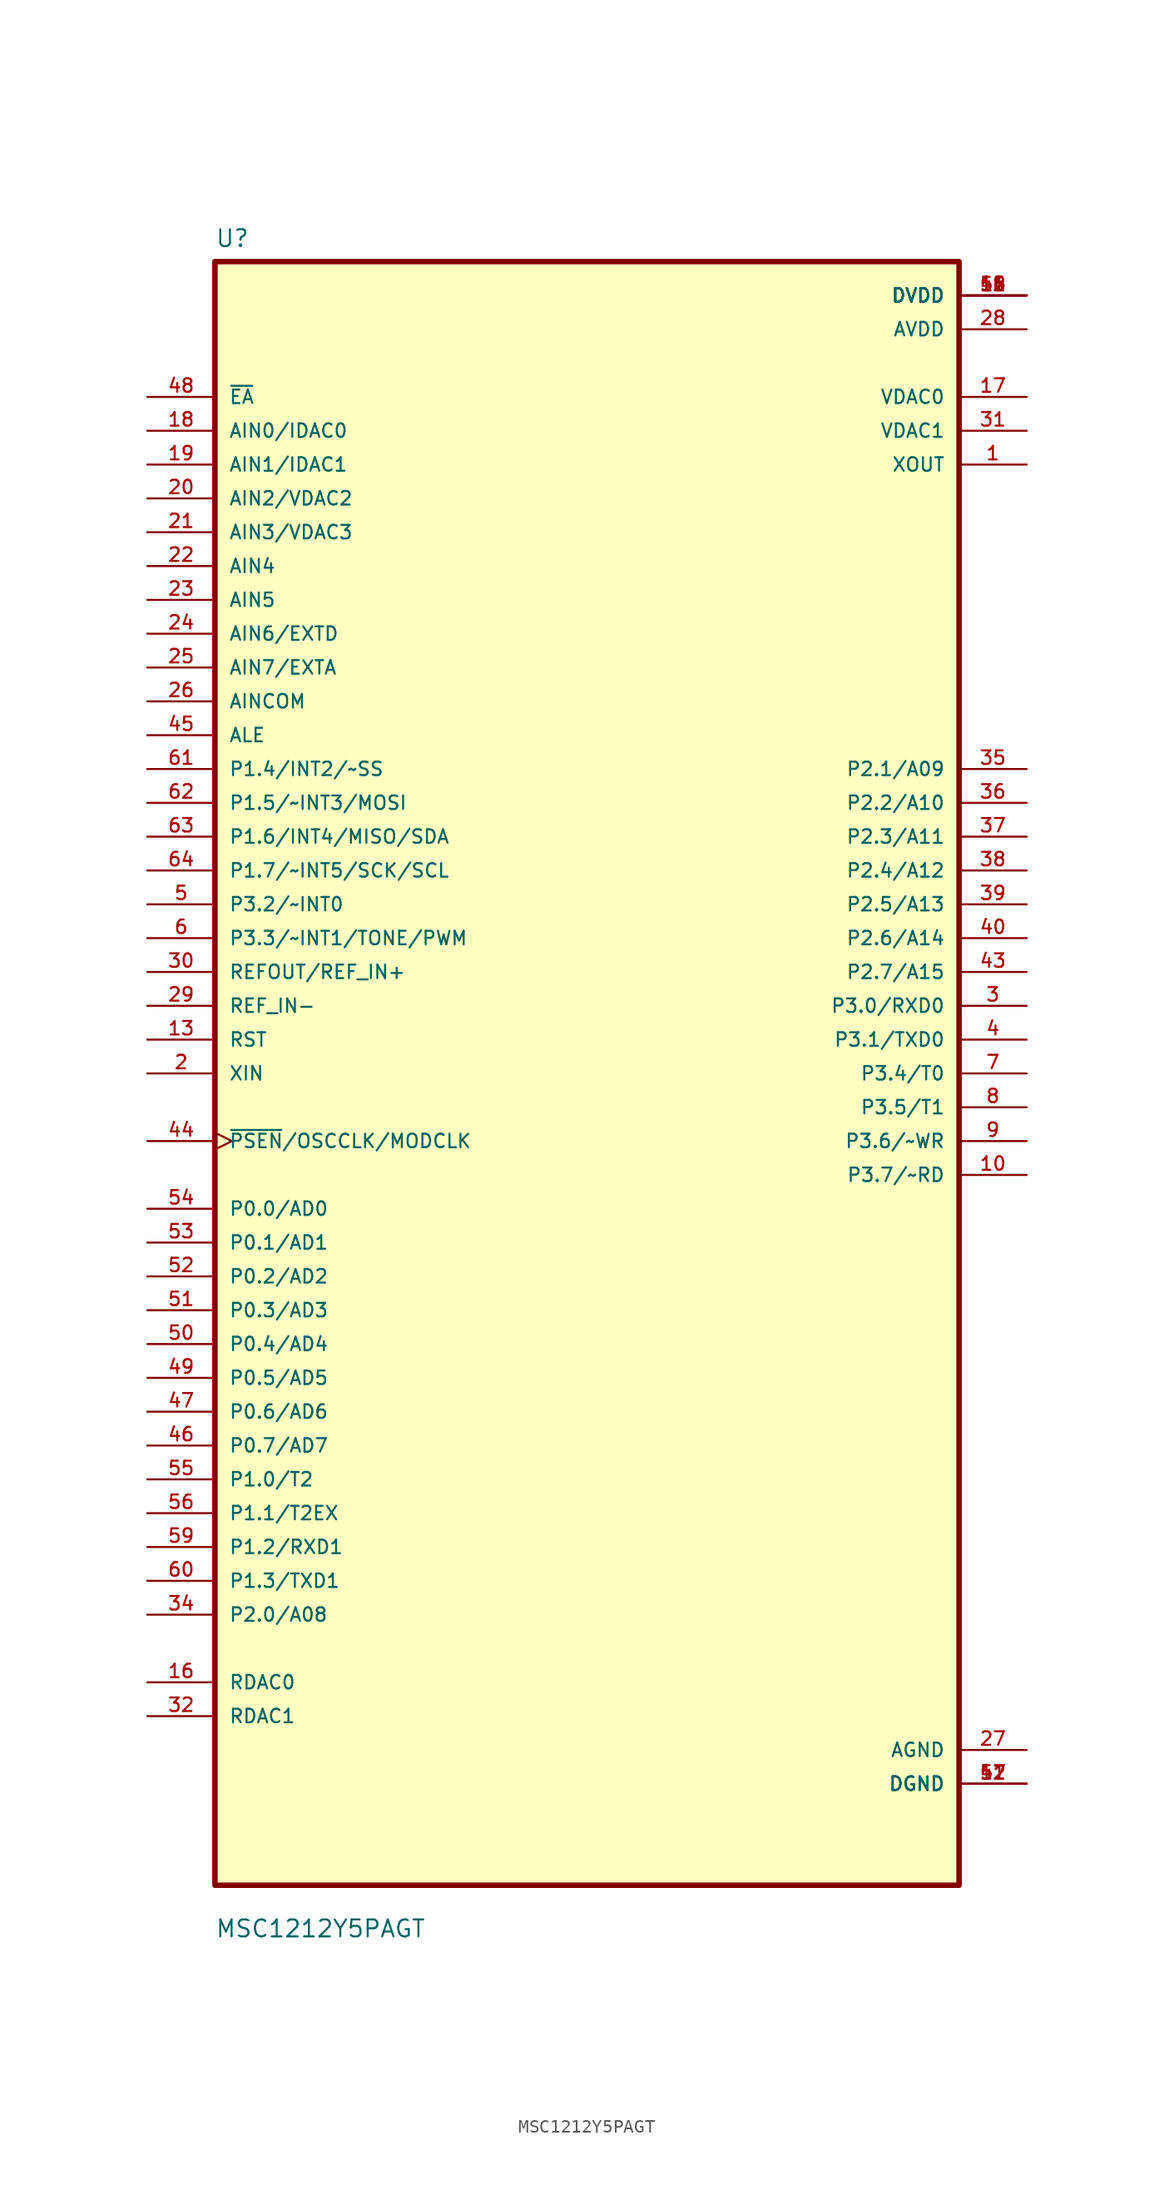
<source format=kicad_sym>
(kicad_symbol_lib
  (version 20211014)
  (generator kicad_symbol_editor)
  (symbol "MSC1212Y5PAGT"
    (pin_names
      (offset 1.016))
    (property "Reference" "U"
      (at -27.94 61.96 0.0)
      (effects (font (size 1.27 1.27)) (justify bottom left)))
    (property "Value" "MSC1212Y5PAGT"
      (at -27.94 -64.96 0.0)
      (effects (font (size 1.27 1.27)) (justify bottom left)))
    (symbol "MSC1212Y5PAGT_0_0"
      (rectangle (start -27.94 -60.96) (end 27.94 60.96) (stroke (width 0.41)) (fill (type background)))
      (pin input line (at -33.02 50.8 0) (length 5.08) (name "~{EA}" (effects (font (size 1.016 1.016)))) (number "48" (effects (font (size 1.016 1.016)))))
      (pin input line (at -33.02 48.26 0) (length 5.08) (name "AIN0/IDAC0" (effects (font (size 1.016 1.016)))) (number "18" (effects (font (size 1.016 1.016)))))
      (pin input line (at -33.02 45.72 0) (length 5.08) (name "AIN1/IDAC1" (effects (font (size 1.016 1.016)))) (number "19" (effects (font (size 1.016 1.016)))))
      (pin input line (at -33.02 43.18 0) (length 5.08) (name "AIN2/VDAC2" (effects (font (size 1.016 1.016)))) (number "20" (effects (font (size 1.016 1.016)))))
      (pin input line (at -33.02 40.64 0) (length 5.08) (name "AIN3/VDAC3" (effects (font (size 1.016 1.016)))) (number "21" (effects (font (size 1.016 1.016)))))
      (pin input line (at -33.02 38.1 0) (length 5.08) (name "AIN4" (effects (font (size 1.016 1.016)))) (number "22" (effects (font (size 1.016 1.016)))))
      (pin input line (at -33.02 35.56 0) (length 5.08) (name "AIN5" (effects (font (size 1.016 1.016)))) (number "23" (effects (font (size 1.016 1.016)))))
      (pin input line (at -33.02 33.02 0) (length 5.08) (name "AIN6/EXTD" (effects (font (size 1.016 1.016)))) (number "24" (effects (font (size 1.016 1.016)))))
      (pin input line (at -33.02 30.48 0) (length 5.08) (name "AIN7/EXTA" (effects (font (size 1.016 1.016)))) (number "25" (effects (font (size 1.016 1.016)))))
      (pin input line (at -33.02 27.94 0) (length 5.08) (name "AINCOM" (effects (font (size 1.016 1.016)))) (number "26" (effects (font (size 1.016 1.016)))))
      (pin input line (at -33.02 25.4 0) (length 5.08) (name "ALE" (effects (font (size 1.016 1.016)))) (number "45" (effects (font (size 1.016 1.016)))))
      (pin input line (at -33.02 22.86 0) (length 5.08) (name "P1.4/INT2/~SS" (effects (font (size 1.016 1.016)))) (number "61" (effects (font (size 1.016 1.016)))))
      (pin input line (at -33.02 20.32 0) (length 5.08) (name "P1.5/~INT3/MOSI" (effects (font (size 1.016 1.016)))) (number "62" (effects (font (size 1.016 1.016)))))
      (pin input line (at -33.02 17.78 0) (length 5.08) (name "P1.6/INT4/MISO/SDA" (effects (font (size 1.016 1.016)))) (number "63" (effects (font (size 1.016 1.016)))))
      (pin input line (at -33.02 15.24 0) (length 5.08) (name "P1.7/~INT5/SCK/SCL" (effects (font (size 1.016 1.016)))) (number "64" (effects (font (size 1.016 1.016)))))
      (pin input line (at -33.02 12.7 0) (length 5.08) (name "P3.2/~INT0" (effects (font (size 1.016 1.016)))) (number "5" (effects (font (size 1.016 1.016)))))
      (pin input line (at -33.02 10.16 0) (length 5.08) (name "P3.3/~INT1/TONE/PWM" (effects (font (size 1.016 1.016)))) (number "6" (effects (font (size 1.016 1.016)))))
      (pin input line (at -33.02 7.62 0) (length 5.08) (name "REFOUT/REF_IN+" (effects (font (size 1.016 1.016)))) (number "30" (effects (font (size 1.016 1.016)))))
      (pin input line (at -33.02 5.08 0) (length 5.08) (name "REF_IN-" (effects (font (size 1.016 1.016)))) (number "29" (effects (font (size 1.016 1.016)))))
      (pin input line (at -33.02 2.54 0) (length 5.08) (name "RST" (effects (font (size 1.016 1.016)))) (number "13" (effects (font (size 1.016 1.016)))))
      (pin input line (at -33.02 1.77636e-14 0) (length 5.08) (name "XIN" (effects (font (size 1.016 1.016)))) (number "2" (effects (font (size 1.016 1.016)))))
      (pin bidirectional clock (at -33.02 -5.08 0) (length 5.08) (name "~{PSEN}/OSCCLK/MODCLK" (effects (font (size 1.016 1.016)))) (number "44" (effects (font (size 1.016 1.016)))))
      (pin bidirectional line (at -33.02 -10.16 0) (length 5.08) (name "P0.0/AD0" (effects (font (size 1.016 1.016)))) (number "54" (effects (font (size 1.016 1.016)))))
      (pin bidirectional line (at -33.02 -12.7 0) (length 5.08) (name "P0.1/AD1" (effects (font (size 1.016 1.016)))) (number "53" (effects (font (size 1.016 1.016)))))
      (pin bidirectional line (at -33.02 -15.24 0) (length 5.08) (name "P0.2/AD2" (effects (font (size 1.016 1.016)))) (number "52" (effects (font (size 1.016 1.016)))))
      (pin bidirectional line (at -33.02 -17.78 0) (length 5.08) (name "P0.3/AD3" (effects (font (size 1.016 1.016)))) (number "51" (effects (font (size 1.016 1.016)))))
      (pin bidirectional line (at -33.02 -20.32 0) (length 5.08) (name "P0.4/AD4" (effects (font (size 1.016 1.016)))) (number "50" (effects (font (size 1.016 1.016)))))
      (pin bidirectional line (at -33.02 -22.86 0) (length 5.08) (name "P0.5/AD5" (effects (font (size 1.016 1.016)))) (number "49" (effects (font (size 1.016 1.016)))))
      (pin bidirectional line (at -33.02 -25.4 0) (length 5.08) (name "P0.6/AD6" (effects (font (size 1.016 1.016)))) (number "47" (effects (font (size 1.016 1.016)))))
      (pin bidirectional line (at -33.02 -27.94 0) (length 5.08) (name "P0.7/AD7" (effects (font (size 1.016 1.016)))) (number "46" (effects (font (size 1.016 1.016)))))
      (pin bidirectional line (at -33.02 -30.48 0) (length 5.08) (name "P1.0/T2" (effects (font (size 1.016 1.016)))) (number "55" (effects (font (size 1.016 1.016)))))
      (pin bidirectional line (at -33.02 -33.02 0) (length 5.08) (name "P1.1/T2EX" (effects (font (size 1.016 1.016)))) (number "56" (effects (font (size 1.016 1.016)))))
      (pin bidirectional line (at -33.02 -35.56 0) (length 5.08) (name "P1.2/RXD1" (effects (font (size 1.016 1.016)))) (number "59" (effects (font (size 1.016 1.016)))))
      (pin bidirectional line (at -33.02 -38.1 0) (length 5.08) (name "P1.3/TXD1" (effects (font (size 1.016 1.016)))) (number "60" (effects (font (size 1.016 1.016)))))
      (pin bidirectional line (at -33.02 -40.64 0) (length 5.08) (name "P2.0/A08" (effects (font (size 1.016 1.016)))) (number "34" (effects (font (size 1.016 1.016)))))
      (pin bidirectional line (at -33.02 -45.72 0) (length 5.08) (name "RDAC0" (effects (font (size 1.016 1.016)))) (number "16" (effects (font (size 1.016 1.016)))))
      (pin bidirectional line (at -33.02 -48.26 0) (length 5.08) (name "RDAC1" (effects (font (size 1.016 1.016)))) (number "32" (effects (font (size 1.016 1.016)))))
      (pin power_in line (at 33.02 58.42 180.0) (length 5.08) (name "DVDD" (effects (font (size 1.016 1.016)))) (number "11" (effects (font (size 1.016 1.016)))))
      (pin power_in line (at 33.02 58.42 180.0) (length 5.08) (name "DVDD" (effects (font (size 1.016 1.016)))) (number "14" (effects (font (size 1.016 1.016)))))
      (pin power_in line (at 33.02 58.42 180.0) (length 5.08) (name "DVDD" (effects (font (size 1.016 1.016)))) (number "15" (effects (font (size 1.016 1.016)))))
      (pin power_in line (at 33.02 58.42 180.0) (length 5.08) (name "DVDD" (effects (font (size 1.016 1.016)))) (number "42" (effects (font (size 1.016 1.016)))))
      (pin power_in line (at 33.02 58.42 180.0) (length 5.08) (name "DVDD" (effects (font (size 1.016 1.016)))) (number "58" (effects (font (size 1.016 1.016)))))
      (pin power_in line (at 33.02 55.88 180.0) (length 5.08) (name "AVDD" (effects (font (size 1.016 1.016)))) (number "28" (effects (font (size 1.016 1.016)))))
      (pin output line (at 33.02 50.8 180.0) (length 5.08) (name "VDAC0" (effects (font (size 1.016 1.016)))) (number "17" (effects (font (size 1.016 1.016)))))
      (pin output line (at 33.02 48.26 180.0) (length 5.08) (name "VDAC1" (effects (font (size 1.016 1.016)))) (number "31" (effects (font (size 1.016 1.016)))))
      (pin output line (at 33.02 45.72 180.0) (length 5.08) (name "XOUT" (effects (font (size 1.016 1.016)))) (number "1" (effects (font (size 1.016 1.016)))))
      (pin bidirectional line (at 33.02 22.86 180.0) (length 5.08) (name "P2.1/A09" (effects (font (size 1.016 1.016)))) (number "35" (effects (font (size 1.016 1.016)))))
      (pin bidirectional line (at 33.02 20.32 180.0) (length 5.08) (name "P2.2/A10" (effects (font (size 1.016 1.016)))) (number "36" (effects (font (size 1.016 1.016)))))
      (pin bidirectional line (at 33.02 17.78 180.0) (length 5.08) (name "P2.3/A11" (effects (font (size 1.016 1.016)))) (number "37" (effects (font (size 1.016 1.016)))))
      (pin bidirectional line (at 33.02 15.24 180.0) (length 5.08) (name "P2.4/A12" (effects (font (size 1.016 1.016)))) (number "38" (effects (font (size 1.016 1.016)))))
      (pin bidirectional line (at 33.02 12.7 180.0) (length 5.08) (name "P2.5/A13" (effects (font (size 1.016 1.016)))) (number "39" (effects (font (size 1.016 1.016)))))
      (pin bidirectional line (at 33.02 10.16 180.0) (length 5.08) (name "P2.6/A14" (effects (font (size 1.016 1.016)))) (number "40" (effects (font (size 1.016 1.016)))))
      (pin bidirectional line (at 33.02 7.62 180.0) (length 5.08) (name "P2.7/A15" (effects (font (size 1.016 1.016)))) (number "43" (effects (font (size 1.016 1.016)))))
      (pin bidirectional line (at 33.02 5.08 180.0) (length 5.08) (name "P3.0/RXD0" (effects (font (size 1.016 1.016)))) (number "3" (effects (font (size 1.016 1.016)))))
      (pin bidirectional line (at 33.02 2.54 180.0) (length 5.08) (name "P3.1/TXD0" (effects (font (size 1.016 1.016)))) (number "4" (effects (font (size 1.016 1.016)))))
      (pin bidirectional line (at 33.02 1.42109e-14 180.0) (length 5.08) (name "P3.4/T0" (effects (font (size 1.016 1.016)))) (number "7" (effects (font (size 1.016 1.016)))))
      (pin bidirectional line (at 33.02 -2.54 180.0) (length 5.08) (name "P3.5/T1" (effects (font (size 1.016 1.016)))) (number "8" (effects (font (size 1.016 1.016)))))
      (pin bidirectional line (at 33.02 -5.08 180.0) (length 5.08) (name "P3.6/~WR" (effects (font (size 1.016 1.016)))) (number "9" (effects (font (size 1.016 1.016)))))
      (pin bidirectional line (at 33.02 -7.62 180.0) (length 5.08) (name "P3.7/~RD" (effects (font (size 1.016 1.016)))) (number "10" (effects (font (size 1.016 1.016)))))
      (pin power_in line (at 33.02 -50.8 180.0) (length 5.08) (name "AGND" (effects (font (size 1.016 1.016)))) (number "27" (effects (font (size 1.016 1.016)))))
      (pin power_in line (at 33.02 -53.34 180.0) (length 5.08) (name "DGND" (effects (font (size 1.016 1.016)))) (number "12" (effects (font (size 1.016 1.016)))))
      (pin power_in line (at 33.02 -53.34 180.0) (length 5.08) (name "DGND" (effects (font (size 1.016 1.016)))) (number "41" (effects (font (size 1.016 1.016)))))
      (pin power_in line (at 33.02 -53.34 180.0) (length 5.08) (name "DGND" (effects (font (size 1.016 1.016)))) (number "57" (effects (font (size 1.016 1.016))))))))
</source>
